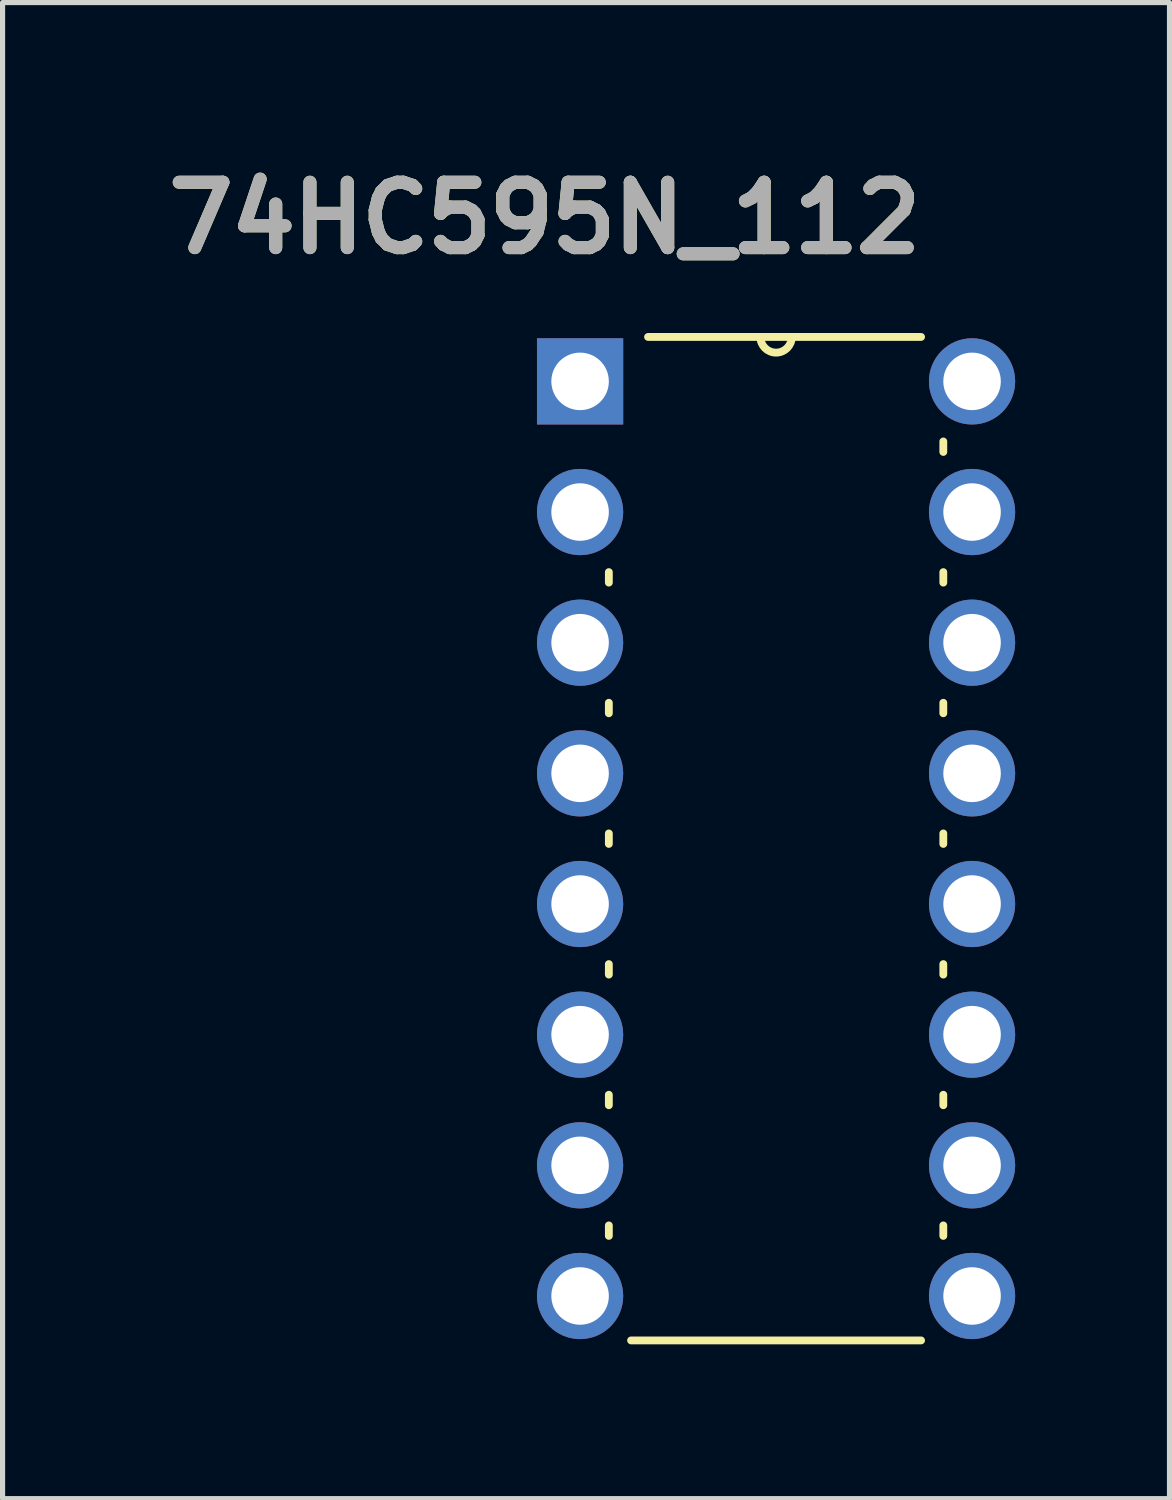
<source format=kicad_pcb>
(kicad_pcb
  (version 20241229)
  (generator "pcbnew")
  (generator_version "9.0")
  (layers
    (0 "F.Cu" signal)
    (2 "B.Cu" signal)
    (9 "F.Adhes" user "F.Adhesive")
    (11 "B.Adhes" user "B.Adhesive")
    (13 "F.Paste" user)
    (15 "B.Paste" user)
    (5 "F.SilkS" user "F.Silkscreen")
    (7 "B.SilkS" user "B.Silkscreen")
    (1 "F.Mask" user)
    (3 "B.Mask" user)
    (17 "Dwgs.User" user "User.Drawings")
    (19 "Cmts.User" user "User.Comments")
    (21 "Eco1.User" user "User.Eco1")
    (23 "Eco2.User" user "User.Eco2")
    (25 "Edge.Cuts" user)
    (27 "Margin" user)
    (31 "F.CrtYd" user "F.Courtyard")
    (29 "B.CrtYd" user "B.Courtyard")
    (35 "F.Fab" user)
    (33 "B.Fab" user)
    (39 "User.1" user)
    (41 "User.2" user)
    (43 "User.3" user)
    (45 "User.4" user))
  (footprint "74HC595N_112"
    (layer "F.Cu")
    (at 15.847 22.144)
    (property "Reference" "74HC595N_112" (at -8.306 -20.955 0) (layer "F.SilkS") (effects (font (size 1.27 1.27) (thickness 0.254))))
    (attr through_hole)
    (fp_line (start -7.061 -14.072) (end -7.061 -13.868) (stroke (width 0.152) (type solid)) (layer "F.SilkS"))
    (fp_line (start -7.061 -11.532) (end -7.061 -11.328) (stroke (width 0.152) (type solid)) (layer "F.SilkS"))
    (fp_line (start -7.061 -8.992) (end -7.061 -8.788) (stroke (width 0.152) (type solid)) (layer "F.SilkS"))
    (fp_line (start -7.061 -6.452) (end -7.061 -6.248) (stroke (width 0.152) (type solid)) (layer "F.SilkS"))
    (fp_line (start -7.061 -3.912) (end -7.061 -3.708) (stroke (width 0.152) (type solid)) (layer "F.SilkS"))
    (fp_line (start -7.061 -1.372) (end -7.061 -1.168) (stroke (width 0.152) (type solid)) (layer "F.SilkS"))
    (fp_line (start -6.629 0.864) (end -0.991 0.864) (stroke (width 0.152) (type solid)) (layer "F.SilkS"))
    (fp_line (start -4.115 -18.644) (end -6.299 -18.644) (stroke (width 0.152) (type solid)) (layer "F.SilkS"))
    (fp_line (start -3.505 -18.644) (end -4.115 -18.644) (stroke (width 0.152) (type solid)) (layer "F.SilkS"))
    (fp_line (start -0.991 -18.644) (end -3.505 -18.644) (stroke (width 0.152) (type solid)) (layer "F.SilkS"))
    (fp_line (start -0.559 -16.408) (end -0.559 -16.612) (stroke (width 0.152) (type solid)) (layer "F.SilkS"))
    (fp_line (start -0.559 -13.868) (end -0.559 -14.072) (stroke (width 0.152) (type solid)) (layer "F.SilkS"))
    (fp_line (start -0.559 -11.328) (end -0.559 -11.532) (stroke (width 0.152) (type solid)) (layer "F.SilkS"))
    (fp_line (start -0.559 -8.788) (end -0.559 -8.992) (stroke (width 0.152) (type solid)) (layer "F.SilkS"))
    (fp_line (start -0.559 -6.248) (end -0.559 -6.452) (stroke (width 0.152) (type solid)) (layer "F.SilkS"))
    (fp_line (start -0.559 -3.708) (end -0.559 -3.912) (stroke (width 0.152) (type solid)) (layer "F.SilkS"))
    (fp_line (start -0.559 -1.168) (end -0.559 -1.372) (stroke (width 0.152) (type solid)) (layer "F.SilkS"))
    (fp_arc (start -3.5052 -18.6436) (mid -3.81 -18.3388) (end -4.1148 -18.6436) (stroke (width 0.1524) (type solid)) (layer "F.SilkS"))
    (fp_text user "${REFERENCE}" (at -8.306 -20.955 0) (layer "F.Fab") (effects (font (size 1.27 1.27) (thickness 0.254))))
    (pad "1" thru_hole rect (at -7.62 -17.78) (size 1.676 1.676) (drill 1.118) (layers "*.Cu" "*.Mask"))
    (pad "2" thru_hole circle (at -7.62 -15.24) (size 1.676 1.676) (drill 1.118) (layers "*.Cu" "*.Mask"))
    (pad "3" thru_hole circle (at -7.62 -12.7) (size 1.676 1.676) (drill 1.118) (layers "*.Cu" "*.Mask"))
    (pad "4" thru_hole circle (at -7.62 -10.16) (size 1.676 1.676) (drill 1.118) (layers "*.Cu" "*.Mask"))
    (pad "5" thru_hole circle (at -7.62 -7.62) (size 1.676 1.676) (drill 1.118) (layers "*.Cu" "*.Mask"))
    (pad "6" thru_hole circle (at -7.62 -5.08) (size 1.676 1.676) (drill 1.118) (layers "*.Cu" "*.Mask"))
    (pad "7" thru_hole circle (at -7.62 -2.54) (size 1.676 1.676) (drill 1.118) (layers "*.Cu" "*.Mask"))
    (pad "8" thru_hole circle (at -7.62 0) (size 1.676 1.676) (drill 1.118) (layers "*.Cu" "*.Mask"))
    (pad "9" thru_hole circle (at 0 0) (size 1.676 1.676) (drill 1.118) (layers "*.Cu" "*.Mask"))
    (pad "10" thru_hole circle (at 0 -2.54) (size 1.676 1.676) (drill 1.118) (layers "*.Cu" "*.Mask"))
    (pad "11" thru_hole circle (at 0 -5.08) (size 1.676 1.676) (drill 1.118) (layers "*.Cu" "*.Mask"))
    (pad "12" thru_hole circle (at 0 -7.62) (size 1.676 1.676) (drill 1.118) (layers "*.Cu" "*.Mask"))
    (pad "13" thru_hole circle (at 0 -10.16) (size 1.676 1.676) (drill 1.118) (layers "*.Cu" "*.Mask"))
    (pad "14" thru_hole circle (at 0 -12.7) (size 1.676 1.676) (drill 1.118) (layers "*.Cu" "*.Mask"))
    (pad "15" thru_hole circle (at 0 -15.24) (size 1.676 1.676) (drill 1.118) (layers "*.Cu" "*.Mask"))
    (pad "16" thru_hole circle (at 0 -17.78) (size 1.676 1.676) (drill 1.118) (layers "*.Cu" "*.Mask")))
  (gr_rect
    (start -3 -3)
    (end 19.685 26.084)
    (stroke (width 0.1) (type default))
    (fill no)
    (layer "Edge.Cuts")))
</source>
